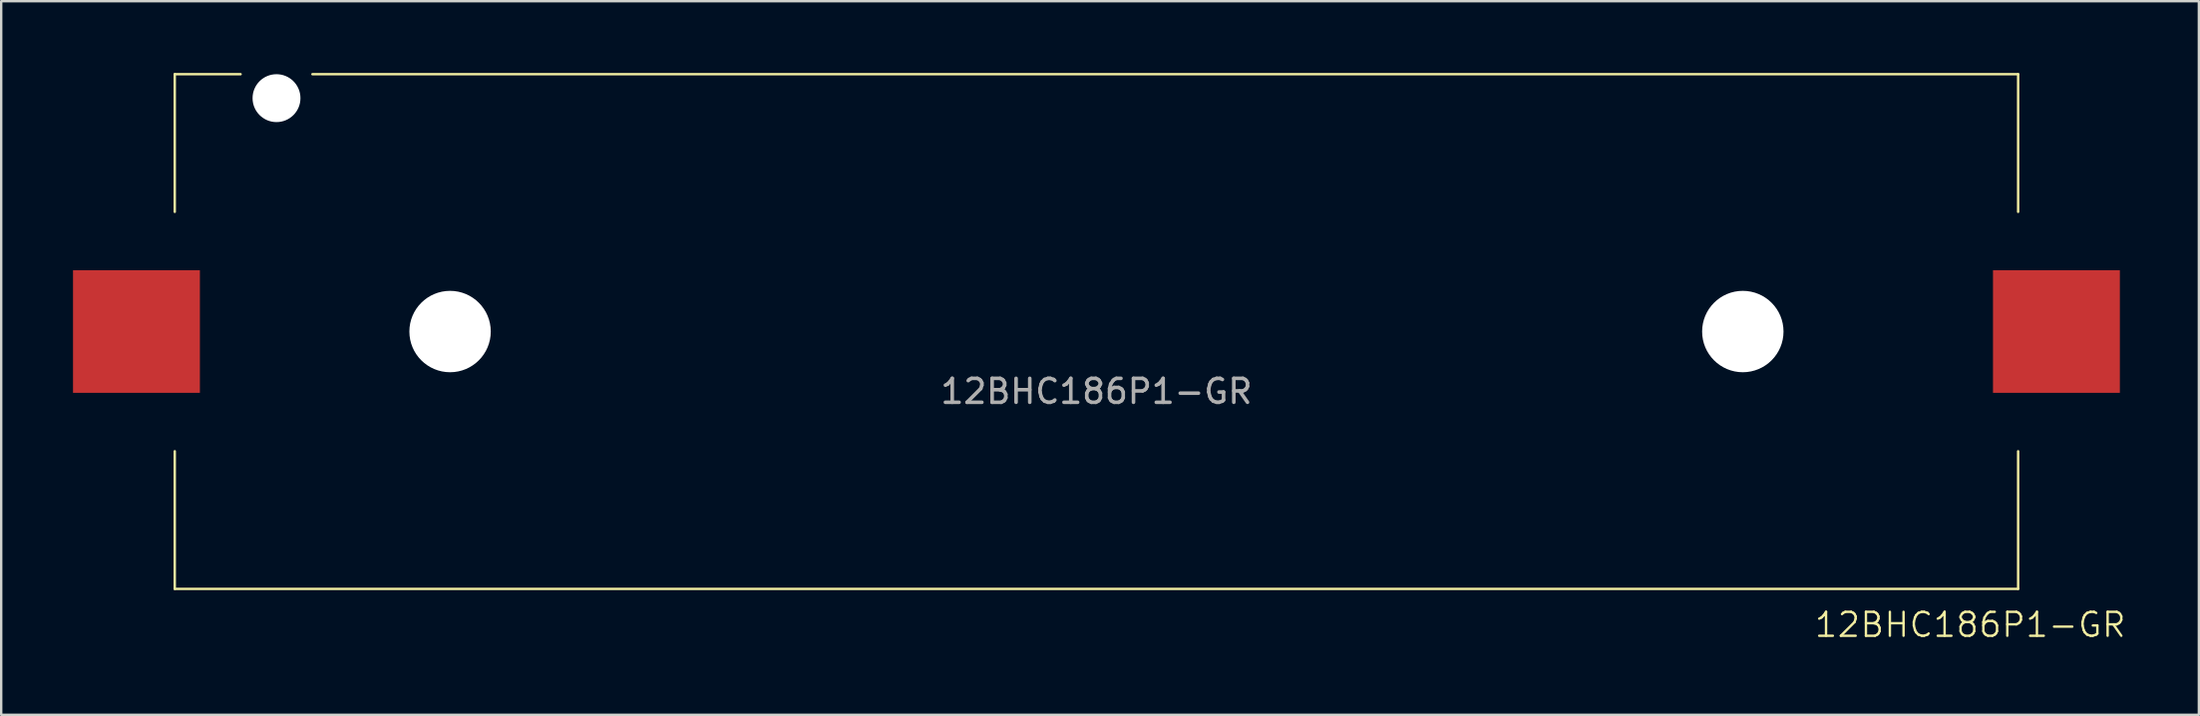
<source format=kicad_pcb>
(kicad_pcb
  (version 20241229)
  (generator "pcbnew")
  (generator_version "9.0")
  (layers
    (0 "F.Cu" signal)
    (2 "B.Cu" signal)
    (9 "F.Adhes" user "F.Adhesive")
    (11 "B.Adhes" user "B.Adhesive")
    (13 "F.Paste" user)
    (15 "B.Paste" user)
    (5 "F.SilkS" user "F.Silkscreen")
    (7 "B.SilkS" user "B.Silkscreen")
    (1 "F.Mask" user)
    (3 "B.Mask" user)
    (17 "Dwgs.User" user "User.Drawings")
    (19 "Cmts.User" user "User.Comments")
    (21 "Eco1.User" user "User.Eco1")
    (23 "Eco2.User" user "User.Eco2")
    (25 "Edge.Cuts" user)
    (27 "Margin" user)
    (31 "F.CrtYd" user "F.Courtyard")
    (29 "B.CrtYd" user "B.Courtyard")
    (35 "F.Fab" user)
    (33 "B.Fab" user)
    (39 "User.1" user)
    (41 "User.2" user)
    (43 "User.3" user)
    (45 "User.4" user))
  (footprint "12BHC186P1-GR"
    (layer "F.Cu")
    (at 42.75 10.8)
    (property "Reference" "12BHC186P1-GR" (at 36.5 12.25 0) (unlocked yes) (layer "F.SilkS") (effects (font (size 1 1) (thickness 0.1))))
    (attr smd)
    (fp_line (start -38.5 -10.75) (end -38.5 -5) (stroke (width 0.1) (type default)) (layer "F.SilkS"))
    (fp_line (start -38.5 -10.75) (end -35.75 -10.75) (stroke (width 0.1) (type default)) (layer "F.SilkS"))
    (fp_line (start -38.5 10.75) (end -38.5 5) (stroke (width 0.1) (type default)) (layer "F.SilkS"))
    (fp_line (start -32.75 -10.75) (end 38.5 -10.75) (stroke (width 0.1) (type default)) (layer "F.SilkS"))
    (fp_line (start 38.5 -10.75) (end 38.5 -5) (stroke (width 0.1) (type default)) (layer "F.SilkS"))
    (fp_line (start 38.5 5) (end 38.5 10.75) (stroke (width 0.1) (type default)) (layer "F.SilkS"))
    (fp_line (start 38.5 10.75) (end -38.5 10.75) (stroke (width 0.1) (type default)) (layer "F.SilkS"))
    (fp_text user "${REFERENCE}" (at 0 2.5 0) (unlocked yes) (layer "F.Fab") (effects (font (size 1 1) (thickness 0.15))))
    (pad "" np_thru_hole circle (at -34.25 -9.75) (size 2 2) (drill 2) (layers "*.Cu" "*.Mask"))
    (pad "" np_thru_hole circle (at -27 0) (size 3.4 3.4) (drill 3.4) (layers "*.Cu" "*.Mask"))
    (pad "" np_thru_hole circle (at 27 0) (size 3.4 3.4) (drill 3.4) (layers "*.Cu" "*.Mask"))
    (pad "1" smd rect (at -40.1 0) (size 5.3 5.12) (layers "F.Cu" "F.Mask" "F.Paste"))
    (pad "2" smd rect (at 40.1 0) (size 5.3 5.12) (layers "F.Cu" "F.Mask" "F.Paste")))
  (gr_rect
    (start -3 -3)
    (end 88.8 26.811)
    (stroke (width 0.1) (type default))
    (fill no)
    (layer "Edge.Cuts")))
</source>
